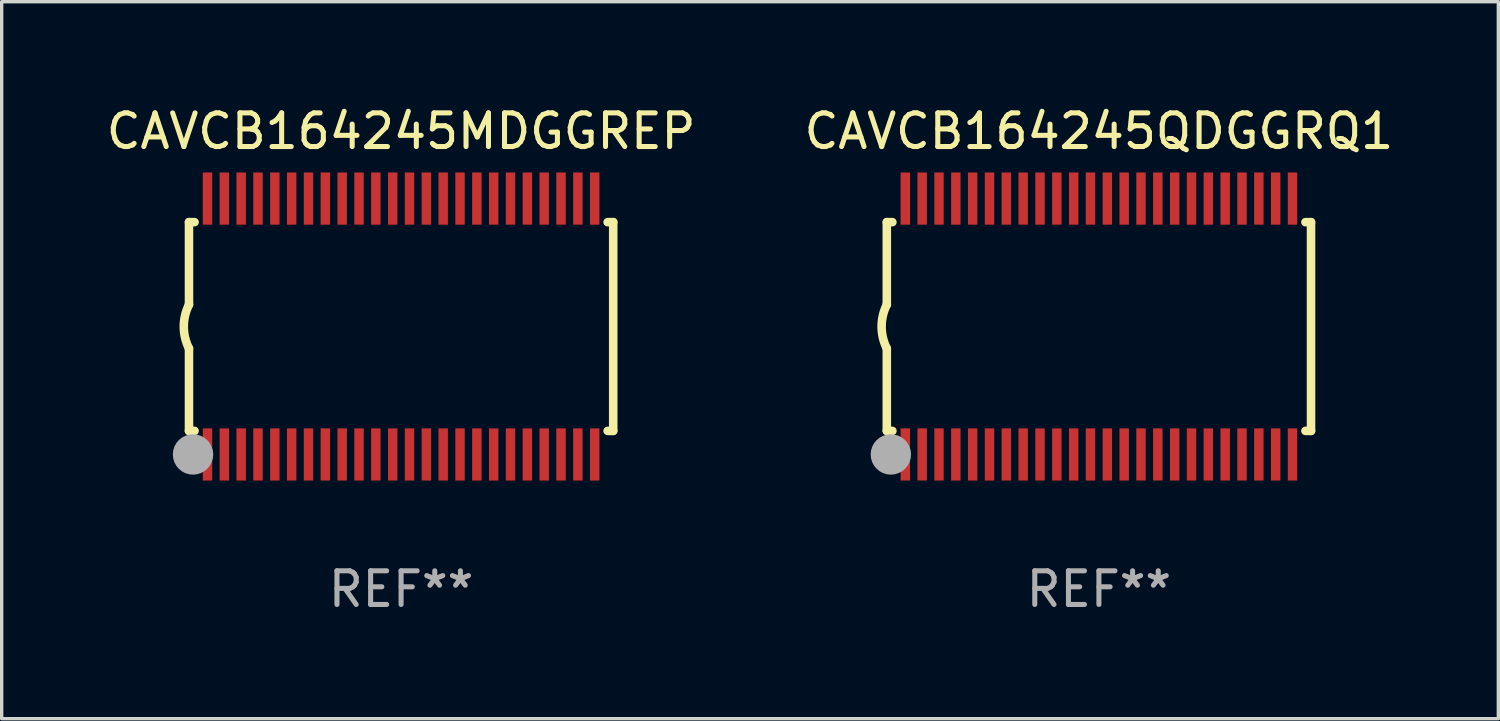
<source format=kicad_pcb>
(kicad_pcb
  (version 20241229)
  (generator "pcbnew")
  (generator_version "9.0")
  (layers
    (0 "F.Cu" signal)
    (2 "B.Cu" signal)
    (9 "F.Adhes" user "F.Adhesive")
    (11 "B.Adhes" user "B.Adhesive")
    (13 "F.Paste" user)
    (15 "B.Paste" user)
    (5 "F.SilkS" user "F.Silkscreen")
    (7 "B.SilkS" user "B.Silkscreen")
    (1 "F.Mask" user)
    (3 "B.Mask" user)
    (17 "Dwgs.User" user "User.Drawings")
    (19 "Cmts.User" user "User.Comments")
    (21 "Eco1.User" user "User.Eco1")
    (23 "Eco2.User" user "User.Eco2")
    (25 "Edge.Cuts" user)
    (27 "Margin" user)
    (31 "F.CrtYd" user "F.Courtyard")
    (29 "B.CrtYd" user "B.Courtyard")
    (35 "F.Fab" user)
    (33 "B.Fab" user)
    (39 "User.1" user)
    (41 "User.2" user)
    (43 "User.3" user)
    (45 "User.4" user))
  (footprint "CAVCB164245MDGGREP"
    (layer "F.Cu")
    (at 8.863 6.648)
    (property "Reference" "CAVCB164245MDGGREP" (at 0 -5.8 0) (layer "F.SilkS") (effects (font (size 1 1) (thickness 0.15))))
    (attr through_hole)
    (fp_line (start -6.3 -3.1) (end -6.3 -0.65) (stroke (width 0.254) (type solid)) (layer "F.SilkS"))
    (fp_line (start -6.3 -3.1) (end -6.134 -3.1) (stroke (width 0.254) (type solid)) (layer "F.SilkS"))
    (fp_line (start -6.3 3.1) (end -6.3 0.65) (stroke (width 0.254) (type solid)) (layer "F.SilkS"))
    (fp_line (start -6.3 3.1) (end -6.134 3.1) (stroke (width 0.254) (type solid)) (layer "F.SilkS"))
    (fp_line (start 6.134 -3.1) (end 6.3 -3.1) (stroke (width 0.254) (type solid)) (layer "F.SilkS"))
    (fp_line (start 6.134 3.1) (end 6.3 3.1) (stroke (width 0.254) (type solid)) (layer "F.SilkS"))
    (fp_line (start 6.3 -3.1) (end 6.3 3.1) (stroke (width 0.254) (type solid)) (layer "F.SilkS"))
    (fp_arc (start -6.301016 0.650114) (mid -6.45413 -0.000082) (end -6.3 -0.650038) (stroke (width 0.254001) (type solid)) (layer "F.SilkS"))
    (fp_circle (center -6.35 3.81) (end -6.223 3.81) (stroke (width 0.254) (type solid)) (fill no) (layer "F.SilkS"))
    (fp_circle (center -6.25 4.05) (end -6.22 4.05) (stroke (width 0.06) (type solid)) (fill no) (layer "F.SilkS"))
    (fp_circle (center -6.18 3.8) (end -5.88 3.8) (stroke (width 0.6) (type solid)) (fill no) (layer "F.Fab"))
    (fp_text user "REF**" (at 0 7.8 0) (layer "F.Fab") (effects (font (size 1 1) (thickness 0.15))))
    (pad "1" smd rect (at -5.75 3.8) (size 0.28 1.55) (layers "F.Cu" "F.Mask" "F.Paste"))
    (pad "2" smd rect (at -5.25 3.8) (size 0.28 1.55) (layers "F.Cu" "F.Mask" "F.Paste"))
    (pad "3" smd rect (at -4.75 3.8) (size 0.28 1.55) (layers "F.Cu" "F.Mask" "F.Paste"))
    (pad "4" smd rect (at -4.25 3.8) (size 0.28 1.55) (layers "F.Cu" "F.Mask" "F.Paste"))
    (pad "5" smd rect (at -3.75 3.8) (size 0.28 1.55) (layers "F.Cu" "F.Mask" "F.Paste"))
    (pad "6" smd rect (at -3.25 3.8) (size 0.28 1.55) (layers "F.Cu" "F.Mask" "F.Paste"))
    (pad "7" smd rect (at -2.75 3.8) (size 0.28 1.55) (layers "F.Cu" "F.Mask" "F.Paste"))
    (pad "8" smd rect (at -2.25 3.8) (size 0.28 1.55) (layers "F.Cu" "F.Mask" "F.Paste"))
    (pad "9" smd rect (at -1.75 3.8) (size 0.28 1.55) (layers "F.Cu" "F.Mask" "F.Paste"))
    (pad "10" smd rect (at -1.25 3.8) (size 0.28 1.55) (layers "F.Cu" "F.Mask" "F.Paste"))
    (pad "11" smd rect (at -0.75 3.8) (size 0.28 1.55) (layers "F.Cu" "F.Mask" "F.Paste"))
    (pad "12" smd rect (at -0.25 3.8) (size 0.28 1.55) (layers "F.Cu" "F.Mask" "F.Paste"))
    (pad "13" smd rect (at 0.25 3.8) (size 0.28 1.55) (layers "F.Cu" "F.Mask" "F.Paste"))
    (pad "14" smd rect (at 0.75 3.8) (size 0.28 1.55) (layers "F.Cu" "F.Mask" "F.Paste"))
    (pad "15" smd rect (at 1.25 3.8) (size 0.28 1.55) (layers "F.Cu" "F.Mask" "F.Paste"))
    (pad "16" smd rect (at 1.75 3.8) (size 0.28 1.55) (layers "F.Cu" "F.Mask" "F.Paste"))
    (pad "17" smd rect (at 2.25 3.8) (size 0.28 1.55) (layers "F.Cu" "F.Mask" "F.Paste"))
    (pad "18" smd rect (at 2.75 3.8) (size 0.28 1.55) (layers "F.Cu" "F.Mask" "F.Paste"))
    (pad "19" smd rect (at 3.25 3.8) (size 0.28 1.55) (layers "F.Cu" "F.Mask" "F.Paste"))
    (pad "20" smd rect (at 3.75 3.8) (size 0.28 1.55) (layers "F.Cu" "F.Mask" "F.Paste"))
    (pad "21" smd rect (at 4.25 3.8) (size 0.28 1.55) (layers "F.Cu" "F.Mask" "F.Paste"))
    (pad "22" smd rect (at 4.75 3.8) (size 0.28 1.55) (layers "F.Cu" "F.Mask" "F.Paste"))
    (pad "23" smd rect (at 5.25 3.8) (size 0.28 1.55) (layers "F.Cu" "F.Mask" "F.Paste"))
    (pad "24" smd rect (at 5.75 3.8) (size 0.28 1.55) (layers "F.Cu" "F.Mask" "F.Paste"))
    (pad "25" smd rect (at 5.75 -3.8) (size 0.28 1.55) (layers "F.Cu" "F.Mask" "F.Paste"))
    (pad "26" smd rect (at 5.25 -3.8) (size 0.28 1.55) (layers "F.Cu" "F.Mask" "F.Paste"))
    (pad "27" smd rect (at 4.75 -3.8) (size 0.28 1.55) (layers "F.Cu" "F.Mask" "F.Paste"))
    (pad "28" smd rect (at 4.25 -3.8) (size 0.28 1.55) (layers "F.Cu" "F.Mask" "F.Paste"))
    (pad "29" smd rect (at 3.75 -3.8) (size 0.28 1.55) (layers "F.Cu" "F.Mask" "F.Paste"))
    (pad "30" smd rect (at 3.25 -3.8) (size 0.28 1.55) (layers "F.Cu" "F.Mask" "F.Paste"))
    (pad "31" smd rect (at 2.75 -3.8) (size 0.28 1.55) (layers "F.Cu" "F.Mask" "F.Paste"))
    (pad "32" smd rect (at 2.25 -3.8) (size 0.28 1.55) (layers "F.Cu" "F.Mask" "F.Paste"))
    (pad "33" smd rect (at 1.75 -3.8) (size 0.28 1.55) (layers "F.Cu" "F.Mask" "F.Paste"))
    (pad "34" smd rect (at 1.25 -3.8) (size 0.28 1.55) (layers "F.Cu" "F.Mask" "F.Paste"))
    (pad "35" smd rect (at 0.75 -3.8) (size 0.28 1.55) (layers "F.Cu" "F.Mask" "F.Paste"))
    (pad "36" smd rect (at 0.25 -3.8) (size 0.28 1.55) (layers "F.Cu" "F.Mask" "F.Paste"))
    (pad "37" smd rect (at -0.25 -3.8) (size 0.28 1.55) (layers "F.Cu" "F.Mask" "F.Paste"))
    (pad "38" smd rect (at -0.75 -3.8) (size 0.28 1.55) (layers "F.Cu" "F.Mask" "F.Paste"))
    (pad "39" smd rect (at -1.25 -3.8) (size 0.28 1.55) (layers "F.Cu" "F.Mask" "F.Paste"))
    (pad "40" smd rect (at -1.75 -3.8) (size 0.28 1.55) (layers "F.Cu" "F.Mask" "F.Paste"))
    (pad "41" smd rect (at -2.25 -3.8) (size 0.28 1.55) (layers "F.Cu" "F.Mask" "F.Paste"))
    (pad "42" smd rect (at -2.75 -3.8) (size 0.28 1.55) (layers "F.Cu" "F.Mask" "F.Paste"))
    (pad "43" smd rect (at -3.25 -3.8) (size 0.28 1.55) (layers "F.Cu" "F.Mask" "F.Paste"))
    (pad "44" smd rect (at -3.75 -3.8) (size 0.28 1.55) (layers "F.Cu" "F.Mask" "F.Paste"))
    (pad "45" smd rect (at -4.25 -3.8) (size 0.28 1.55) (layers "F.Cu" "F.Mask" "F.Paste"))
    (pad "46" smd rect (at -4.75 -3.8) (size 0.28 1.55) (layers "F.Cu" "F.Mask" "F.Paste"))
    (pad "47" smd rect (at -5.25 -3.8) (size 0.28 1.55) (layers "F.Cu" "F.Mask" "F.Paste"))
    (pad "48" smd rect (at -5.75 -3.8) (size 0.28 1.55) (layers "F.Cu" "F.Mask" "F.Paste")))
  (footprint "CAVCB164245QDGGRQ1"
    (layer "F.Cu")
    (at 29.589 6.648)
    (property "Reference" "CAVCB164245QDGGRQ1" (at 0 -5.8 0) (layer "F.SilkS") (effects (font (size 1 1) (thickness 0.15))))
    (attr through_hole)
    (fp_line (start -6.3 -3.1) (end -6.3 -0.65) (stroke (width 0.254) (type solid)) (layer "F.SilkS"))
    (fp_line (start -6.3 -3.1) (end -6.134 -3.1) (stroke (width 0.254) (type solid)) (layer "F.SilkS"))
    (fp_line (start -6.3 3.1) (end -6.3 0.65) (stroke (width 0.254) (type solid)) (layer "F.SilkS"))
    (fp_line (start -6.3 3.1) (end -6.134 3.1) (stroke (width 0.254) (type solid)) (layer "F.SilkS"))
    (fp_line (start 6.134 -3.1) (end 6.3 -3.1) (stroke (width 0.254) (type solid)) (layer "F.SilkS"))
    (fp_line (start 6.134 3.1) (end 6.3 3.1) (stroke (width 0.254) (type solid)) (layer "F.SilkS"))
    (fp_line (start 6.3 -3.1) (end 6.3 3.1) (stroke (width 0.254) (type solid)) (layer "F.SilkS"))
    (fp_arc (start -6.301016 0.650114) (mid -6.45413 -0.000082) (end -6.3 -0.650038) (stroke (width 0.254001) (type solid)) (layer "F.SilkS"))
    (fp_circle (center -6.35 3.81) (end -6.223 3.81) (stroke (width 0.254) (type solid)) (fill no) (layer "F.SilkS"))
    (fp_circle (center -6.25 4.05) (end -6.22 4.05) (stroke (width 0.06) (type solid)) (fill no) (layer "F.SilkS"))
    (fp_circle (center -6.18 3.8) (end -5.88 3.8) (stroke (width 0.6) (type solid)) (fill no) (layer "F.Fab"))
    (fp_text user "REF**" (at 0 7.8 0) (layer "F.Fab") (effects (font (size 1 1) (thickness 0.15))))
    (pad "1" smd rect (at -5.75 3.8) (size 0.28 1.55) (layers "F.Cu" "F.Mask" "F.Paste"))
    (pad "2" smd rect (at -5.25 3.8) (size 0.28 1.55) (layers "F.Cu" "F.Mask" "F.Paste"))
    (pad "3" smd rect (at -4.75 3.8) (size 0.28 1.55) (layers "F.Cu" "F.Mask" "F.Paste"))
    (pad "4" smd rect (at -4.25 3.8) (size 0.28 1.55) (layers "F.Cu" "F.Mask" "F.Paste"))
    (pad "5" smd rect (at -3.75 3.8) (size 0.28 1.55) (layers "F.Cu" "F.Mask" "F.Paste"))
    (pad "6" smd rect (at -3.25 3.8) (size 0.28 1.55) (layers "F.Cu" "F.Mask" "F.Paste"))
    (pad "7" smd rect (at -2.75 3.8) (size 0.28 1.55) (layers "F.Cu" "F.Mask" "F.Paste"))
    (pad "8" smd rect (at -2.25 3.8) (size 0.28 1.55) (layers "F.Cu" "F.Mask" "F.Paste"))
    (pad "9" smd rect (at -1.75 3.8) (size 0.28 1.55) (layers "F.Cu" "F.Mask" "F.Paste"))
    (pad "10" smd rect (at -1.25 3.8) (size 0.28 1.55) (layers "F.Cu" "F.Mask" "F.Paste"))
    (pad "11" smd rect (at -0.75 3.8) (size 0.28 1.55) (layers "F.Cu" "F.Mask" "F.Paste"))
    (pad "12" smd rect (at -0.25 3.8) (size 0.28 1.55) (layers "F.Cu" "F.Mask" "F.Paste"))
    (pad "13" smd rect (at 0.25 3.8) (size 0.28 1.55) (layers "F.Cu" "F.Mask" "F.Paste"))
    (pad "14" smd rect (at 0.75 3.8) (size 0.28 1.55) (layers "F.Cu" "F.Mask" "F.Paste"))
    (pad "15" smd rect (at 1.25 3.8) (size 0.28 1.55) (layers "F.Cu" "F.Mask" "F.Paste"))
    (pad "16" smd rect (at 1.75 3.8) (size 0.28 1.55) (layers "F.Cu" "F.Mask" "F.Paste"))
    (pad "17" smd rect (at 2.25 3.8) (size 0.28 1.55) (layers "F.Cu" "F.Mask" "F.Paste"))
    (pad "18" smd rect (at 2.75 3.8) (size 0.28 1.55) (layers "F.Cu" "F.Mask" "F.Paste"))
    (pad "19" smd rect (at 3.25 3.8) (size 0.28 1.55) (layers "F.Cu" "F.Mask" "F.Paste"))
    (pad "20" smd rect (at 3.75 3.8) (size 0.28 1.55) (layers "F.Cu" "F.Mask" "F.Paste"))
    (pad "21" smd rect (at 4.25 3.8) (size 0.28 1.55) (layers "F.Cu" "F.Mask" "F.Paste"))
    (pad "22" smd rect (at 4.75 3.8) (size 0.28 1.55) (layers "F.Cu" "F.Mask" "F.Paste"))
    (pad "23" smd rect (at 5.25 3.8) (size 0.28 1.55) (layers "F.Cu" "F.Mask" "F.Paste"))
    (pad "24" smd rect (at 5.75 3.8) (size 0.28 1.55) (layers "F.Cu" "F.Mask" "F.Paste"))
    (pad "25" smd rect (at 5.75 -3.8) (size 0.28 1.55) (layers "F.Cu" "F.Mask" "F.Paste"))
    (pad "26" smd rect (at 5.25 -3.8) (size 0.28 1.55) (layers "F.Cu" "F.Mask" "F.Paste"))
    (pad "27" smd rect (at 4.75 -3.8) (size 0.28 1.55) (layers "F.Cu" "F.Mask" "F.Paste"))
    (pad "28" smd rect (at 4.25 -3.8) (size 0.28 1.55) (layers "F.Cu" "F.Mask" "F.Paste"))
    (pad "29" smd rect (at 3.75 -3.8) (size 0.28 1.55) (layers "F.Cu" "F.Mask" "F.Paste"))
    (pad "30" smd rect (at 3.25 -3.8) (size 0.28 1.55) (layers "F.Cu" "F.Mask" "F.Paste"))
    (pad "31" smd rect (at 2.75 -3.8) (size 0.28 1.55) (layers "F.Cu" "F.Mask" "F.Paste"))
    (pad "32" smd rect (at 2.25 -3.8) (size 0.28 1.55) (layers "F.Cu" "F.Mask" "F.Paste"))
    (pad "33" smd rect (at 1.75 -3.8) (size 0.28 1.55) (layers "F.Cu" "F.Mask" "F.Paste"))
    (pad "34" smd rect (at 1.25 -3.8) (size 0.28 1.55) (layers "F.Cu" "F.Mask" "F.Paste"))
    (pad "35" smd rect (at 0.75 -3.8) (size 0.28 1.55) (layers "F.Cu" "F.Mask" "F.Paste"))
    (pad "36" smd rect (at 0.25 -3.8) (size 0.28 1.55) (layers "F.Cu" "F.Mask" "F.Paste"))
    (pad "37" smd rect (at -0.25 -3.8) (size 0.28 1.55) (layers "F.Cu" "F.Mask" "F.Paste"))
    (pad "38" smd rect (at -0.75 -3.8) (size 0.28 1.55) (layers "F.Cu" "F.Mask" "F.Paste"))
    (pad "39" smd rect (at -1.25 -3.8) (size 0.28 1.55) (layers "F.Cu" "F.Mask" "F.Paste"))
    (pad "40" smd rect (at -1.75 -3.8) (size 0.28 1.55) (layers "F.Cu" "F.Mask" "F.Paste"))
    (pad "41" smd rect (at -2.25 -3.8) (size 0.28 1.55) (layers "F.Cu" "F.Mask" "F.Paste"))
    (pad "42" smd rect (at -2.75 -3.8) (size 0.28 1.55) (layers "F.Cu" "F.Mask" "F.Paste"))
    (pad "43" smd rect (at -3.25 -3.8) (size 0.28 1.55) (layers "F.Cu" "F.Mask" "F.Paste"))
    (pad "44" smd rect (at -3.75 -3.8) (size 0.28 1.55) (layers "F.Cu" "F.Mask" "F.Paste"))
    (pad "45" smd rect (at -4.25 -3.8) (size 0.28 1.55) (layers "F.Cu" "F.Mask" "F.Paste"))
    (pad "46" smd rect (at -4.75 -3.8) (size 0.28 1.55) (layers "F.Cu" "F.Mask" "F.Paste"))
    (pad "47" smd rect (at -5.25 -3.8) (size 0.28 1.55) (layers "F.Cu" "F.Mask" "F.Paste"))
    (pad "48" smd rect (at -5.75 -3.8) (size 0.28 1.55) (layers "F.Cu" "F.Mask" "F.Paste")))
  (gr_rect
    (start -3 -3)
    (end 41.452 18.296)
    (stroke (width 0.1) (type default))
    (fill no)
    (layer "Edge.Cuts")))
</source>
